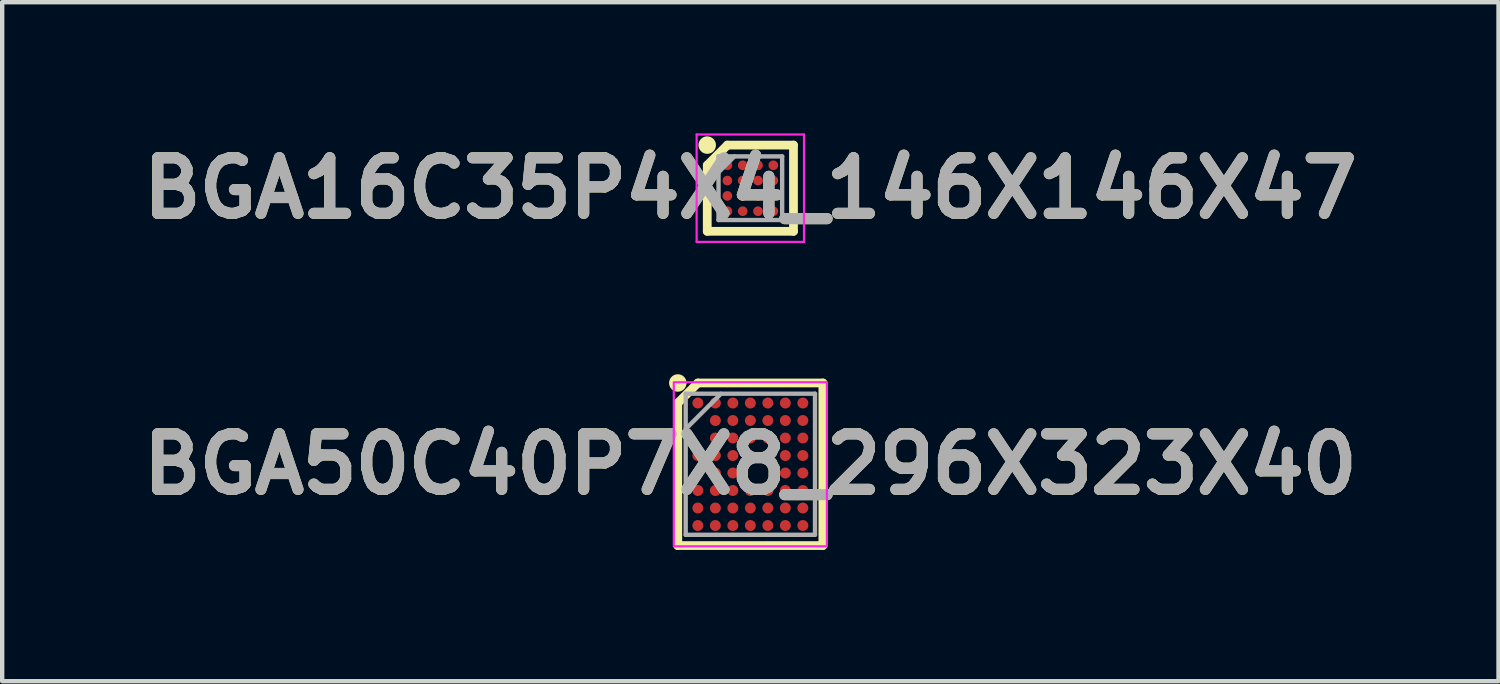
<source format=kicad_pcb>
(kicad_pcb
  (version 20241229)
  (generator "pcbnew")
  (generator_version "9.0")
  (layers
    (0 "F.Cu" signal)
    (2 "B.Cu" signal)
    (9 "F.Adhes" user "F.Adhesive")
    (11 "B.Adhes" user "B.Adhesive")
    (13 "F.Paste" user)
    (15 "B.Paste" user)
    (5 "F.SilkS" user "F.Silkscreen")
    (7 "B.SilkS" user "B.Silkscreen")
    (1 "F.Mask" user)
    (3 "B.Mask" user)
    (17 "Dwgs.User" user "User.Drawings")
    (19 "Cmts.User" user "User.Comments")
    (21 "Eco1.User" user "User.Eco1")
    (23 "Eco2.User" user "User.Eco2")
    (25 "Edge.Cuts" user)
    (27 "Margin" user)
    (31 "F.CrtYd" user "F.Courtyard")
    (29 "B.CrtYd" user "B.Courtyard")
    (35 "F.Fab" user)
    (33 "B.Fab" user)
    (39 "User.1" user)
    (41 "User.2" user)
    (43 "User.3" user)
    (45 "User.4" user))
  (footprint "BGA50C40P7X8_296X323X40"
    (layer "F.Cu")
    (at 14.103 7.563)
    (property "Reference" "BGA50C40P7X8_296X323X40" (at 0 0 0) (layer "F.SilkS") (effects (font (size 1.27 1.27) (thickness 0.254))))
    (attr smd)
    (fp_line (start -1.659 -1.399) (end -1.201 -1.857) (stroke (width 0.2) (type solid)) (layer "F.SilkS"))
    (fp_line (start -1.659 1.859) (end -1.659 -1.399) (stroke (width 0.2) (type solid)) (layer "F.SilkS"))
    (fp_line (start -1.2 -1.858) (end 1.658 -1.858) (stroke (width 0.2) (type solid)) (layer "F.SilkS"))
    (fp_line (start 1.658 -1.858) (end 1.658 1.859) (stroke (width 0.2) (type solid)) (layer "F.SilkS"))
    (fp_line (start 1.658 1.859) (end -1.659 1.859) (stroke (width 0.2) (type solid)) (layer "F.SilkS"))
    (fp_circle (center -1.658 -1.858) (end -1.658 -1.758) (stroke (width 0.2) (type solid)) (fill no) (layer "F.SilkS"))
    (fp_rect (start -1.75 -1.875) (end 1.75 1.875) (stroke (width 0.05) (type default)) (fill no) (layer "F.CrtYd"))
    (fp_line (start -1.478 -1.613) (end 1.478 -1.613) (stroke (width 0.1) (type solid)) (layer "F.Fab"))
    (fp_line (start -1.478 -0.806) (end -0.672 -1.612) (stroke (width 0.1) (type solid)) (layer "F.Fab"))
    (fp_line (start -1.478 1.613) (end -1.478 -1.613) (stroke (width 0.1) (type solid)) (layer "F.Fab"))
    (fp_line (start 1.478 -1.613) (end 1.478 1.613) (stroke (width 0.1) (type solid)) (layer "F.Fab"))
    (fp_line (start 1.478 1.613) (end -1.478 1.613) (stroke (width 0.1) (type solid)) (layer "F.Fab"))
    (fp_text user "${REFERENCE}" (at 0 0 0) (layer "F.Fab") (effects (font (size 1.27 1.27) (thickness 0.254))))
    (pad "A1" smd circle (at -1.2 -1.4) (size 0.25 0.25) (layers "F.Cu" "F.Mask" "F.Paste"))
    (pad "A2" smd circle (at -0.8 -1.4) (size 0.25 0.25) (layers "F.Cu" "F.Mask" "F.Paste"))
    (pad "A3" smd circle (at -0.4 -1.4) (size 0.25 0.25) (layers "F.Cu" "F.Mask" "F.Paste"))
    (pad "A4" smd circle (at 0 -1.4) (size 0.25 0.25) (layers "F.Cu" "F.Mask" "F.Paste"))
    (pad "A5" smd circle (at 0.4 -1.4) (size 0.25 0.25) (layers "F.Cu" "F.Mask" "F.Paste"))
    (pad "A6" smd circle (at 0.8 -1.4) (size 0.25 0.25) (layers "F.Cu" "F.Mask" "F.Paste"))
    (pad "A7" smd circle (at 1.2 -1.4) (size 0.25 0.25) (layers "F.Cu" "F.Mask" "F.Paste"))
    (pad "B2" smd circle (at -0.8 -1) (size 0.25 0.25) (layers "F.Cu" "F.Mask" "F.Paste"))
    (pad "B3" smd circle (at -0.4 -1) (size 0.25 0.25) (layers "F.Cu" "F.Mask" "F.Paste"))
    (pad "B4" smd circle (at 0 -1) (size 0.25 0.25) (layers "F.Cu" "F.Mask" "F.Paste"))
    (pad "B5" smd circle (at 0.4 -1) (size 0.25 0.25) (layers "F.Cu" "F.Mask" "F.Paste"))
    (pad "B6" smd circle (at 0.8 -1) (size 0.25 0.25) (layers "F.Cu" "F.Mask" "F.Paste"))
    (pad "B7" smd circle (at 1.2 -1) (size 0.25 0.25) (layers "F.Cu" "F.Mask" "F.Paste"))
    (pad "C2" smd circle (at -0.8 -0.6) (size 0.25 0.25) (layers "F.Cu" "F.Mask" "F.Paste"))
    (pad "C3" smd circle (at -0.4 -0.6) (size 0.25 0.25) (layers "F.Cu" "F.Mask" "F.Paste"))
    (pad "C4" smd circle (at 0 -0.6) (size 0.25 0.25) (layers "F.Cu" "F.Mask" "F.Paste"))
    (pad "C5" smd circle (at 0.4 -0.6) (size 0.25 0.25) (layers "F.Cu" "F.Mask" "F.Paste"))
    (pad "C6" smd circle (at 0.8 -0.6) (size 0.25 0.25) (layers "F.Cu" "F.Mask" "F.Paste"))
    (pad "C7" smd circle (at 1.2 -0.6) (size 0.25 0.25) (layers "F.Cu" "F.Mask" "F.Paste"))
    (pad "D1" smd circle (at -1.2 -0.2) (size 0.25 0.25) (layers "F.Cu" "F.Mask" "F.Paste"))
    (pad "D2" smd circle (at -0.8 -0.2) (size 0.25 0.25) (layers "F.Cu" "F.Mask" "F.Paste"))
    (pad "D3" smd circle (at -0.4 -0.2) (size 0.25 0.25) (layers "F.Cu" "F.Mask" "F.Paste"))
    (pad "D6" smd circle (at 0.8 -0.2) (size 0.25 0.25) (layers "F.Cu" "F.Mask" "F.Paste"))
    (pad "D7" smd circle (at 1.2 -0.2) (size 0.25 0.25) (layers "F.Cu" "F.Mask" "F.Paste"))
    (pad "E1" smd circle (at -1.2 0.2) (size 0.25 0.25) (layers "F.Cu" "F.Mask" "F.Paste"))
    (pad "E2" smd circle (at -0.8 0.2) (size 0.25 0.25) (layers "F.Cu" "F.Mask" "F.Paste"))
    (pad "E3" smd circle (at -0.4 0.2) (size 0.25 0.25) (layers "F.Cu" "F.Mask" "F.Paste"))
    (pad "E6" smd circle (at 0.8 0.2) (size 0.25 0.25) (layers "F.Cu" "F.Mask" "F.Paste"))
    (pad "E7" smd circle (at 1.2 0.2) (size 0.25 0.25) (layers "F.Cu" "F.Mask" "F.Paste"))
    (pad "F1" smd circle (at -1.2 0.6) (size 0.25 0.25) (layers "F.Cu" "F.Mask" "F.Paste"))
    (pad "F2" smd circle (at -0.8 0.6) (size 0.25 0.25) (layers "F.Cu" "F.Mask" "F.Paste"))
    (pad "F3" smd circle (at -0.4 0.6) (size 0.25 0.25) (layers "F.Cu" "F.Mask" "F.Paste"))
    (pad "F4" smd circle (at 0 0.6) (size 0.25 0.25) (layers "F.Cu" "F.Mask" "F.Paste"))
    (pad "F5" smd circle (at 0.4 0.6) (size 0.25 0.25) (layers "F.Cu" "F.Mask" "F.Paste"))
    (pad "F6" smd circle (at 0.8 0.6) (size 0.25 0.25) (layers "F.Cu" "F.Mask" "F.Paste"))
    (pad "F7" smd circle (at 1.2 0.6) (size 0.25 0.25) (layers "F.Cu" "F.Mask" "F.Paste"))
    (pad "G1" smd circle (at -1.2 1) (size 0.25 0.25) (layers "F.Cu" "F.Mask" "F.Paste"))
    (pad "G2" smd circle (at -0.8 1) (size 0.25 0.25) (layers "F.Cu" "F.Mask" "F.Paste"))
    (pad "G3" smd circle (at -0.4 1) (size 0.25 0.25) (layers "F.Cu" "F.Mask" "F.Paste"))
    (pad "G4" smd circle (at 0 1) (size 0.25 0.25) (layers "F.Cu" "F.Mask" "F.Paste"))
    (pad "G5" smd circle (at 0.4 1) (size 0.25 0.25) (layers "F.Cu" "F.Mask" "F.Paste"))
    (pad "G6" smd circle (at 0.8 1) (size 0.25 0.25) (layers "F.Cu" "F.Mask" "F.Paste"))
    (pad "G7" smd circle (at 1.2 1) (size 0.25 0.25) (layers "F.Cu" "F.Mask" "F.Paste"))
    (pad "H1" smd circle (at -1.2 1.4) (size 0.25 0.25) (layers "F.Cu" "F.Mask" "F.Paste"))
    (pad "H2" smd circle (at -0.8 1.4) (size 0.25 0.25) (layers "F.Cu" "F.Mask" "F.Paste"))
    (pad "H3" smd circle (at -0.4 1.4) (size 0.25 0.25) (layers "F.Cu" "F.Mask" "F.Paste"))
    (pad "H4" smd circle (at 0 1.4) (size 0.25 0.25) (layers "F.Cu" "F.Mask" "F.Paste"))
    (pad "H5" smd circle (at 0.4 1.4) (size 0.25 0.25) (layers "F.Cu" "F.Mask" "F.Paste"))
    (pad "H6" smd circle (at 0.8 1.4) (size 0.25 0.25) (layers "F.Cu" "F.Mask" "F.Paste"))
    (pad "H7" smd circle (at 1.2 1.4) (size 0.25 0.25) (layers "F.Cu" "F.Mask" "F.Paste")))
  (footprint "BGA16C35P4X4_146X146X47"
    (layer "F.Cu")
    (at 14.103 1.253)
    (property "Reference" "BGA16C35P4X4_146X146X47" (at 0 0 0) (layer "F.SilkS") (effects (font (size 1.27 1.27) (thickness 0.254))))
    (attr smd)
    (fp_line (start -0.985 -0.526) (end -0.524 -0.987) (stroke (width 0.2) (type solid)) (layer "F.SilkS"))
    (fp_line (start -0.985 0.985) (end -0.985 -0.526) (stroke (width 0.2) (type solid)) (layer "F.SilkS"))
    (fp_line (start -0.525 -0.986) (end 0.986 -0.986) (stroke (width 0.2) (type solid)) (layer "F.SilkS"))
    (fp_line (start 0.986 -0.986) (end 0.986 0.985) (stroke (width 0.2) (type solid)) (layer "F.SilkS"))
    (fp_line (start 0.986 0.985) (end -0.985 0.985) (stroke (width 0.2) (type solid)) (layer "F.SilkS"))
    (fp_circle (center -0.986 -0.986) (end -0.986 -0.886) (stroke (width 0.2) (type solid)) (fill no) (layer "F.SilkS"))
    (fp_line (start -1.228 -1.228) (end 1.227 -1.228) (stroke (width 0.05) (type solid)) (layer "F.CrtYd"))
    (fp_line (start -1.228 1.227) (end -1.228 -1.228) (stroke (width 0.05) (type solid)) (layer "F.CrtYd"))
    (fp_line (start 1.227 -1.228) (end 1.227 1.227) (stroke (width 0.05) (type solid)) (layer "F.CrtYd"))
    (fp_line (start 1.227 1.227) (end -1.228 1.227) (stroke (width 0.05) (type solid)) (layer "F.CrtYd"))
    (fp_line (start -0.728 -0.728) (end 0.727 -0.728) (stroke (width 0.1) (type solid)) (layer "F.Fab"))
    (fp_line (start -0.728 -0.364) (end -0.364 -0.728) (stroke (width 0.1) (type solid)) (layer "F.Fab"))
    (fp_line (start -0.728 0.727) (end -0.728 -0.728) (stroke (width 0.1) (type solid)) (layer "F.Fab"))
    (fp_line (start 0.727 -0.728) (end 0.727 0.727) (stroke (width 0.1) (type solid)) (layer "F.Fab"))
    (fp_line (start 0.727 0.727) (end -0.728 0.727) (stroke (width 0.1) (type solid)) (layer "F.Fab"))
    (fp_text user "${REFERENCE}" (at 0 0 0) (layer "F.Fab") (effects (font (size 1.27 1.27) (thickness 0.254))))
    (pad "A1" smd circle (at -0.525 -0.525 90) (size 0.221 0.221) (layers "F.Cu" "F.Mask" "F.Paste"))
    (pad "A2" smd circle (at -0.175 -0.525 90) (size 0.221 0.221) (layers "F.Cu" "F.Mask" "F.Paste"))
    (pad "A3" smd circle (at 0.175 -0.525 90) (size 0.221 0.221) (layers "F.Cu" "F.Mask" "F.Paste"))
    (pad "A4" smd circle (at 0.525 -0.525 90) (size 0.221 0.221) (layers "F.Cu" "F.Mask" "F.Paste"))
    (pad "B1" smd circle (at -0.525 -0.175 90) (size 0.221 0.221) (layers "F.Cu" "F.Mask" "F.Paste"))
    (pad "B2" smd circle (at -0.175 -0.175 90) (size 0.221 0.221) (layers "F.Cu" "F.Mask" "F.Paste"))
    (pad "B3" smd circle (at 0.175 -0.175 90) (size 0.221 0.221) (layers "F.Cu" "F.Mask" "F.Paste"))
    (pad "B4" smd circle (at 0.525 -0.175 90) (size 0.221 0.221) (layers "F.Cu" "F.Mask" "F.Paste"))
    (pad "C1" smd circle (at -0.525 0.175 90) (size 0.221 0.221) (layers "F.Cu" "F.Mask" "F.Paste"))
    (pad "C2" smd circle (at -0.175 0.175 90) (size 0.221 0.221) (layers "F.Cu" "F.Mask" "F.Paste"))
    (pad "C3" smd circle (at 0.175 0.175 90) (size 0.221 0.221) (layers "F.Cu" "F.Mask" "F.Paste"))
    (pad "C4" smd circle (at 0.525 0.175 90) (size 0.221 0.221) (layers "F.Cu" "F.Mask" "F.Paste"))
    (pad "D1" smd circle (at -0.525 0.525 90) (size 0.221 0.221) (layers "F.Cu" "F.Mask" "F.Paste"))
    (pad "D2" smd circle (at -0.175 0.525 90) (size 0.221 0.221) (layers "F.Cu" "F.Mask" "F.Paste"))
    (pad "D3" smd circle (at 0.175 0.525 90) (size 0.221 0.221) (layers "F.Cu" "F.Mask" "F.Paste"))
    (pad "D4" smd circle (at 0.525 0.525 90) (size 0.221 0.221) (layers "F.Cu" "F.Mask" "F.Paste")))
  (gr_rect
    (start -3 -3)
    (end 31.206 12.522)
    (stroke (width 0.1) (type default))
    (fill no)
    (layer "Edge.Cuts")))
</source>
